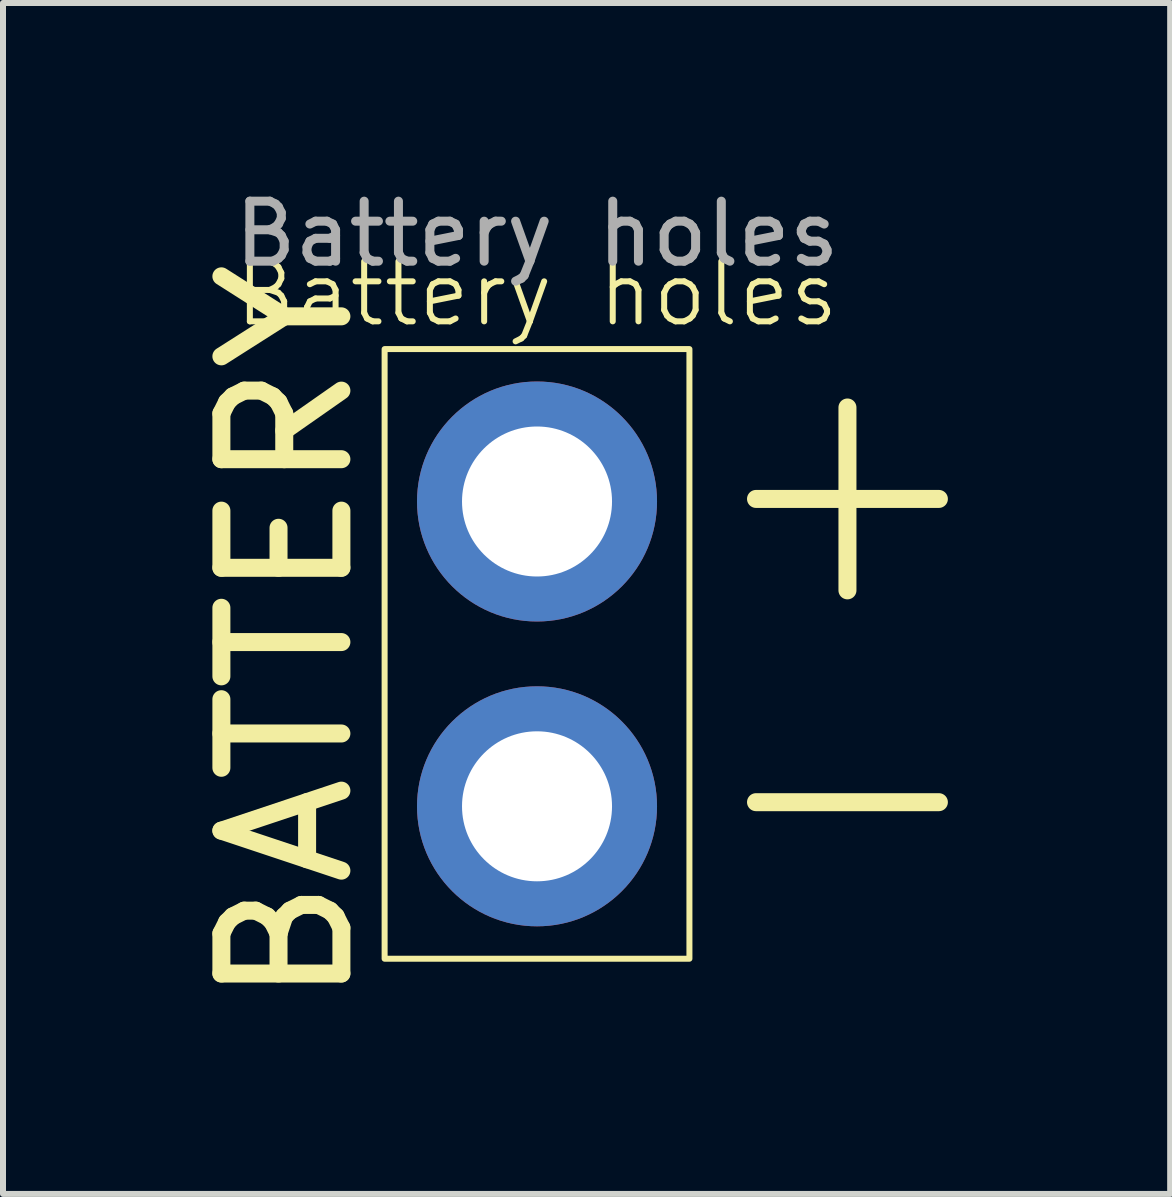
<source format=kicad_pcb>
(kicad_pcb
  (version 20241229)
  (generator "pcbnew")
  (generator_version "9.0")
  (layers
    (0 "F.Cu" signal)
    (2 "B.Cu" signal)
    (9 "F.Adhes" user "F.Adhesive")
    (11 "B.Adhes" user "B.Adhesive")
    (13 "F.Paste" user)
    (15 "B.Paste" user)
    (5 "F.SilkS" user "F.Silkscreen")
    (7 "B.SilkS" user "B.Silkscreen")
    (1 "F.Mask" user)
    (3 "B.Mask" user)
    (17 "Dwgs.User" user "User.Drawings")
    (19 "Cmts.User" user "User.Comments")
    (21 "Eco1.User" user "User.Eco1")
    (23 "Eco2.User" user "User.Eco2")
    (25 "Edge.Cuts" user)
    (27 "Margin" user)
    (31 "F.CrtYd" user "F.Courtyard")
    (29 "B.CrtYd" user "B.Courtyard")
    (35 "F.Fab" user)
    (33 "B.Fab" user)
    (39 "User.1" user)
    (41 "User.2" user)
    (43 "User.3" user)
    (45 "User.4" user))
  (footprint "Battery holes"
    (layer "F.Cu")
    (at 5.9 7.848)
    (property "Reference" "Battery holes" (at 0 -6 0) (unlocked yes) (layer "F.SilkS") (effects (font (size 1 1) (thickness 0.1))))
    (attr through_hole)
    (fp_rect (start -2.54 -5.08) (end 2.54 5.08) (stroke (width 0.1) (type default)) (fill no) (layer "F.SilkS"))
    (fp_text user "+" (at 2.5 -0.554 0) (unlocked yes) (layer "F.SilkS") (effects (font (size 4 4) (thickness 0.3)) (justify left bottom)))
    (fp_text user "BATTERY" (at -3 6 90) (unlocked yes) (layer "F.SilkS") (effects (font (size 2 2) (thickness 0.3) (bold yes)) (justify left bottom)))
    (fp_text user "-" (at 2.5 4.5 0) (unlocked yes) (layer "F.SilkS") (effects (font (size 4 4) (thickness 0.3)) (justify left bottom)))
    (fp_text user "${REFERENCE}" (at 0 -7 0) (unlocked yes) (layer "F.Fab") (effects (font (size 1 1) (thickness 0.15))))
    (pad "1" thru_hole circle (at 0 -2.54) (size 4 4) (drill 2.5) (layers "*.Cu" "*.Mask"))
    (pad "2" thru_hole circle (at 0 2.54) (size 4 4) (drill 2.5) (layers "*.Cu" "*.Mask")))
  (gr_rect
    (start -3 -3)
    (end 16.452 16.848)
    (stroke (width 0.1) (type default))
    (fill no)
    (layer "Edge.Cuts")))
</source>
